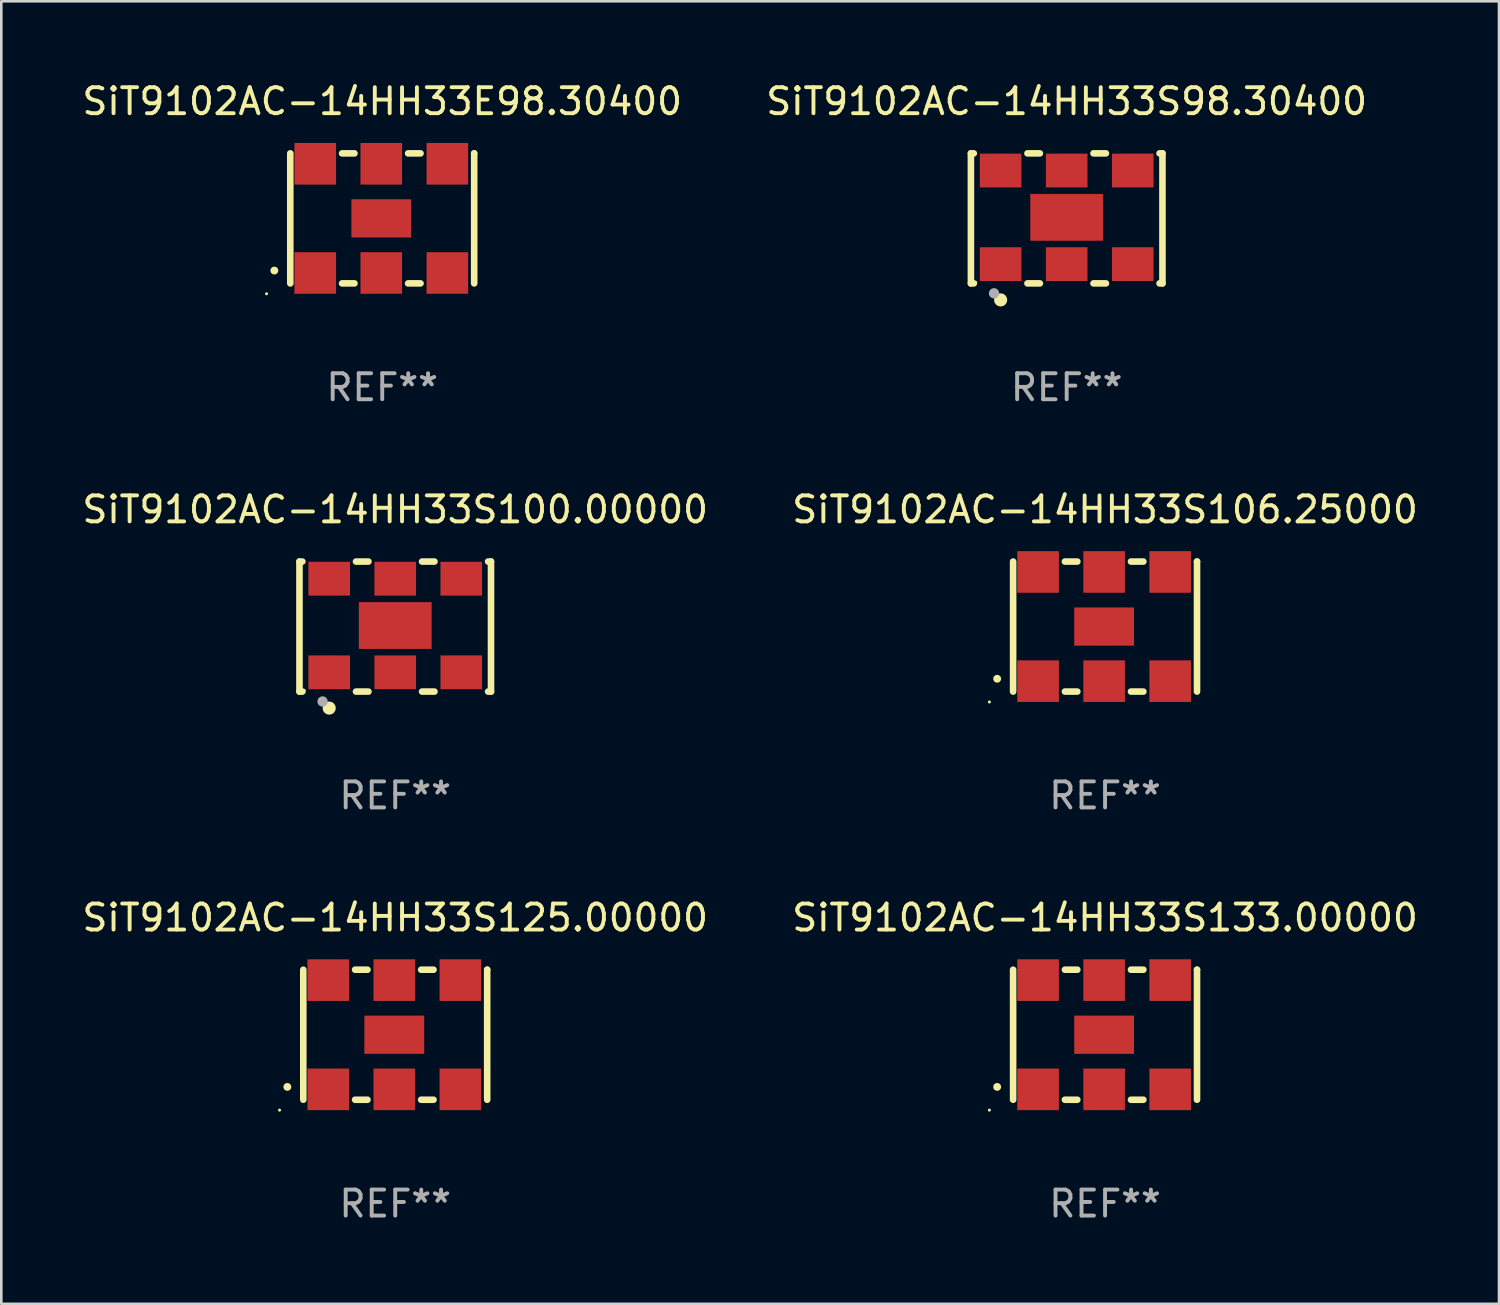
<source format=kicad_pcb>
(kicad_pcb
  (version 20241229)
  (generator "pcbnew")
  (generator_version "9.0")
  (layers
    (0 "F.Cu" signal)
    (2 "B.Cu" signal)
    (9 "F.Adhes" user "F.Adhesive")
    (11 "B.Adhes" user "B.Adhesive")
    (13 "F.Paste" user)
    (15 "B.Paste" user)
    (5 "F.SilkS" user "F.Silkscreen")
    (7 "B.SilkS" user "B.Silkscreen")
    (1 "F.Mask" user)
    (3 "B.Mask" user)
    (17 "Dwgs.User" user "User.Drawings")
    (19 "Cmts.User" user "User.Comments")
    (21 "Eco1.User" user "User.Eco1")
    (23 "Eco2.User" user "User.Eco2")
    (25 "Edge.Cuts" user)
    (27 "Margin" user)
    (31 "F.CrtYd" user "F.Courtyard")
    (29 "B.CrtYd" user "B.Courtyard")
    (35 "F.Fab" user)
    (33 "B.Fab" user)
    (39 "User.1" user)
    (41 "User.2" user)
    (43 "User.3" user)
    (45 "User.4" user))
  (footprint "SiT9102AC-14HH33S98.30400"
    (layer "F.Cu")
    (at 37.97 5.348)
    (property "Reference" "SiT9102AC-14HH33S98.30400" (at 0 -4.5 0) (layer "F.SilkS") (effects (font (size 1 1) (thickness 0.15))))
    (attr through_hole)
    (fp_line (start -3.683 -2.5) (end -3.571 -2.5) (stroke (width 0.254) (type solid)) (layer "F.SilkS"))
    (fp_line (start -3.683 2.5) (end -3.683 -2.5) (stroke (width 0.254) (type solid)) (layer "F.SilkS"))
    (fp_line (start -3.683 2.5) (end -3.571 2.5) (stroke (width 0.254) (type solid)) (layer "F.SilkS"))
    (fp_line (start -1.509 -2.5) (end -1.031 -2.5) (stroke (width 0.254) (type solid)) (layer "F.SilkS"))
    (fp_line (start -1.509 2.5) (end -1.031 2.5) (stroke (width 0.254) (type solid)) (layer "F.SilkS"))
    (fp_line (start 1.031 -2.5) (end 1.509 -2.5) (stroke (width 0.254) (type solid)) (layer "F.SilkS"))
    (fp_line (start 1.031 2.5) (end 1.509 2.5) (stroke (width 0.254) (type solid)) (layer "F.SilkS"))
    (fp_line (start 3.571 -2.5) (end 3.683 -2.5) (stroke (width 0.254) (type solid)) (layer "F.SilkS"))
    (fp_line (start 3.571 2.5) (end 3.683 2.5) (stroke (width 0.254) (type solid)) (layer "F.SilkS"))
    (fp_line (start 3.683 2.5) (end 3.683 -2.5) (stroke (width 0.254) (type solid)) (layer "F.SilkS"))
    (fp_circle (center -3.5 2.46) (end -3.47 2.46) (stroke (width 0.06) (type solid)) (fill no) (layer "F.SilkS"))
    (fp_circle (center -2.54 3.135) (end -2.413 3.135) (stroke (width 0.254) (type solid)) (fill no) (layer "F.SilkS"))
    (fp_circle (center -2.794 2.881) (end -2.694 2.881) (stroke (width 0.2) (type solid)) (fill no) (layer "F.Fab"))
    (fp_text user "REF**" (at 0 6.5 0) (layer "F.Fab") (effects (font (size 1 1) (thickness 0.15))))
    (pad "1" smd rect (at -2.54 1.76) (size 1.6 1.3) (layers "F.Cu" "F.Mask" "F.Paste"))
    (pad "2" smd rect (at 0 1.76) (size 1.6 1.3) (layers "F.Cu" "F.Mask" "F.Paste"))
    (pad "3" smd rect (at 2.54 1.76) (size 1.6 1.3) (layers "F.Cu" "F.Mask" "F.Paste"))
    (pad "4" smd rect (at 2.54 -1.84) (size 1.6 1.3) (layers "F.Cu" "F.Mask" "F.Paste"))
    (pad "5" smd rect (at 0 -1.84) (size 1.6 1.3) (layers "F.Cu" "F.Mask" "F.Paste"))
    (pad "6" smd rect (at -2.54 -1.84) (size 1.6 1.3) (layers "F.Cu" "F.Mask" "F.Paste"))
    (pad "7" smd rect (at 0 -0.04) (size 2.8 1.8) (layers "F.Cu" "F.Mask" "F.Paste")))
  (footprint "SiT9102AC-14HH33S106.25000"
    (layer "F.Cu")
    (at 39.446 21.045)
    (property "Reference" "SiT9102AC-14HH33S106.25000" (at 0 -4.5 0) (layer "F.SilkS") (effects (font (size 1 1) (thickness 0.15))))
    (attr through_hole)
    (fp_line (start -3.536 -2.5) (end -3.536 2.5) (stroke (width 0.254) (type solid)) (layer "F.SilkS"))
    (fp_line (start -1.544 2.5) (end -1.067 2.5) (stroke (width 0.254) (type solid)) (layer "F.SilkS"))
    (fp_line (start -1.067 -2.5) (end -1.544 -2.5) (stroke (width 0.254) (type solid)) (layer "F.SilkS"))
    (fp_line (start 0.996 2.5) (end 1.473 2.5) (stroke (width 0.254) (type solid)) (layer "F.SilkS"))
    (fp_line (start 1.473 -2.5) (end 0.996 -2.5) (stroke (width 0.254) (type solid)) (layer "F.SilkS"))
    (fp_line (start 3.536 -2.5) (end 3.536 -2.5) (stroke (width 0.254) (type solid)) (layer "F.SilkS"))
    (fp_line (start 3.536 2.5) (end 3.536 -2.5) (stroke (width 0.254) (type solid)) (layer "F.SilkS"))
    (fp_arc (start -4.150432 2.006604) (mid -4.149162 2.006599) (end -4.147892 2.006604) (stroke (width 0.3) (type solid)) (layer "F.SilkS"))
    (fp_circle (center -4.449 2.9) (end -4.419 2.9) (stroke (width 0.06) (type solid)) (fill no) (layer "F.SilkS"))
    (fp_text user "REF**" (at 0 6.5 0) (layer "F.Fab") (effects (font (size 1 1) (thickness 0.15))))
    (pad "1" smd rect (at -2.576 2.1) (size 1.6 1.6) (layers "F.Cu" "F.Mask" "F.Paste"))
    (pad "2" smd rect (at -0.036 2.1) (size 1.6 1.6) (layers "F.Cu" "F.Mask" "F.Paste"))
    (pad "3" smd rect (at 2.504 2.1) (size 1.6 1.6) (layers "F.Cu" "F.Mask" "F.Paste"))
    (pad "4" smd rect (at 2.504 -2.1) (size 1.6 1.6) (layers "F.Cu" "F.Mask" "F.Paste"))
    (pad "5" smd rect (at -0.036 -2.1) (size 1.6 1.6) (layers "F.Cu" "F.Mask" "F.Paste"))
    (pad "6" smd rect (at -2.576 -2.1) (size 1.6 1.6) (layers "F.Cu" "F.Mask" "F.Paste"))
    (pad "7" smd rect (at -0.036 0) (size 2.3 1.47) (layers "F.Cu" "F.Mask" "F.Paste")))
  (footprint "SiT9102AC-14HH33S125.00000"
    (layer "F.Cu")
    (at 12.149 36.741)
    (property "Reference" "SiT9102AC-14HH33S125.00000" (at 0 -4.5 0) (layer "F.SilkS") (effects (font (size 1 1) (thickness 0.15))))
    (attr through_hole)
    (fp_line (start -3.536 -2.5) (end -3.536 2.5) (stroke (width 0.254) (type solid)) (layer "F.SilkS"))
    (fp_line (start -1.544 2.5) (end -1.067 2.5) (stroke (width 0.254) (type solid)) (layer "F.SilkS"))
    (fp_line (start -1.067 -2.5) (end -1.544 -2.5) (stroke (width 0.254) (type solid)) (layer "F.SilkS"))
    (fp_line (start 0.996 2.5) (end 1.473 2.5) (stroke (width 0.254) (type solid)) (layer "F.SilkS"))
    (fp_line (start 1.473 -2.5) (end 0.996 -2.5) (stroke (width 0.254) (type solid)) (layer "F.SilkS"))
    (fp_line (start 3.536 -2.5) (end 3.536 -2.5) (stroke (width 0.254) (type solid)) (layer "F.SilkS"))
    (fp_line (start 3.536 2.5) (end 3.536 -2.5) (stroke (width 0.254) (type solid)) (layer "F.SilkS"))
    (fp_arc (start -4.150432 2.006604) (mid -4.149162 2.006599) (end -4.147892 2.006604) (stroke (width 0.3) (type solid)) (layer "F.SilkS"))
    (fp_circle (center -4.449 2.9) (end -4.419 2.9) (stroke (width 0.06) (type solid)) (fill no) (layer "F.SilkS"))
    (fp_text user "REF**" (at 0 6.5 0) (layer "F.Fab") (effects (font (size 1 1) (thickness 0.15))))
    (pad "1" smd rect (at -2.576 2.1) (size 1.6 1.6) (layers "F.Cu" "F.Mask" "F.Paste"))
    (pad "2" smd rect (at -0.036 2.1) (size 1.6 1.6) (layers "F.Cu" "F.Mask" "F.Paste"))
    (pad "3" smd rect (at 2.504 2.1) (size 1.6 1.6) (layers "F.Cu" "F.Mask" "F.Paste"))
    (pad "4" smd rect (at 2.504 -2.1) (size 1.6 1.6) (layers "F.Cu" "F.Mask" "F.Paste"))
    (pad "5" smd rect (at -0.036 -2.1) (size 1.6 1.6) (layers "F.Cu" "F.Mask" "F.Paste"))
    (pad "6" smd rect (at -2.576 -2.1) (size 1.6 1.6) (layers "F.Cu" "F.Mask" "F.Paste"))
    (pad "7" smd rect (at -0.036 0) (size 2.3 1.47) (layers "F.Cu" "F.Mask" "F.Paste")))
  (footprint "SiT9102AC-14HH33E98.30400"
    (layer "F.Cu")
    (at 11.649 5.348)
    (property "Reference" "SiT9102AC-14HH33E98.30400" (at 0 -4.5 0) (layer "F.SilkS") (effects (font (size 1 1) (thickness 0.15))))
    (attr through_hole)
    (fp_line (start -3.536 -2.5) (end -3.536 2.5) (stroke (width 0.254) (type solid)) (layer "F.SilkS"))
    (fp_line (start -1.544 2.5) (end -1.067 2.5) (stroke (width 0.254) (type solid)) (layer "F.SilkS"))
    (fp_line (start -1.067 -2.5) (end -1.544 -2.5) (stroke (width 0.254) (type solid)) (layer "F.SilkS"))
    (fp_line (start 0.996 2.5) (end 1.473 2.5) (stroke (width 0.254) (type solid)) (layer "F.SilkS"))
    (fp_line (start 1.473 -2.5) (end 0.996 -2.5) (stroke (width 0.254) (type solid)) (layer "F.SilkS"))
    (fp_line (start 3.536 -2.5) (end 3.536 -2.5) (stroke (width 0.254) (type solid)) (layer "F.SilkS"))
    (fp_line (start 3.536 2.5) (end 3.536 -2.5) (stroke (width 0.254) (type solid)) (layer "F.SilkS"))
    (fp_arc (start -4.150432 2.006604) (mid -4.149162 2.006599) (end -4.147892 2.006604) (stroke (width 0.3) (type solid)) (layer "F.SilkS"))
    (fp_circle (center -4.449 2.9) (end -4.419 2.9) (stroke (width 0.06) (type solid)) (fill no) (layer "F.SilkS"))
    (fp_text user "REF**" (at 0 6.5 0) (layer "F.Fab") (effects (font (size 1 1) (thickness 0.15))))
    (pad "1" smd rect (at -2.576 2.1) (size 1.6 1.6) (layers "F.Cu" "F.Mask" "F.Paste"))
    (pad "2" smd rect (at -0.036 2.1) (size 1.6 1.6) (layers "F.Cu" "F.Mask" "F.Paste"))
    (pad "3" smd rect (at 2.504 2.1) (size 1.6 1.6) (layers "F.Cu" "F.Mask" "F.Paste"))
    (pad "4" smd rect (at 2.504 -2.1) (size 1.6 1.6) (layers "F.Cu" "F.Mask" "F.Paste"))
    (pad "5" smd rect (at -0.036 -2.1) (size 1.6 1.6) (layers "F.Cu" "F.Mask" "F.Paste"))
    (pad "6" smd rect (at -2.576 -2.1) (size 1.6 1.6) (layers "F.Cu" "F.Mask" "F.Paste"))
    (pad "7" smd rect (at -0.036 0) (size 2.3 1.47) (layers "F.Cu" "F.Mask" "F.Paste")))
  (footprint "SiT9102AC-14HH33S133.00000"
    (layer "F.Cu")
    (at 39.446 36.741)
    (property "Reference" "SiT9102AC-14HH33S133.00000" (at 0 -4.5 0) (layer "F.SilkS") (effects (font (size 1 1) (thickness 0.15))))
    (attr through_hole)
    (fp_line (start -3.536 -2.5) (end -3.536 2.5) (stroke (width 0.254) (type solid)) (layer "F.SilkS"))
    (fp_line (start -1.544 2.5) (end -1.067 2.5) (stroke (width 0.254) (type solid)) (layer "F.SilkS"))
    (fp_line (start -1.067 -2.5) (end -1.544 -2.5) (stroke (width 0.254) (type solid)) (layer "F.SilkS"))
    (fp_line (start 0.996 2.5) (end 1.473 2.5) (stroke (width 0.254) (type solid)) (layer "F.SilkS"))
    (fp_line (start 1.473 -2.5) (end 0.996 -2.5) (stroke (width 0.254) (type solid)) (layer "F.SilkS"))
    (fp_line (start 3.536 -2.5) (end 3.536 -2.5) (stroke (width 0.254) (type solid)) (layer "F.SilkS"))
    (fp_line (start 3.536 2.5) (end 3.536 -2.5) (stroke (width 0.254) (type solid)) (layer "F.SilkS"))
    (fp_arc (start -4.150432 2.006604) (mid -4.149162 2.006599) (end -4.147892 2.006604) (stroke (width 0.3) (type solid)) (layer "F.SilkS"))
    (fp_circle (center -4.449 2.9) (end -4.419 2.9) (stroke (width 0.06) (type solid)) (fill no) (layer "F.SilkS"))
    (fp_text user "REF**" (at 0 6.5 0) (layer "F.Fab") (effects (font (size 1 1) (thickness 0.15))))
    (pad "1" smd rect (at -2.576 2.1) (size 1.6 1.6) (layers "F.Cu" "F.Mask" "F.Paste"))
    (pad "2" smd rect (at -0.036 2.1) (size 1.6 1.6) (layers "F.Cu" "F.Mask" "F.Paste"))
    (pad "3" smd rect (at 2.504 2.1) (size 1.6 1.6) (layers "F.Cu" "F.Mask" "F.Paste"))
    (pad "4" smd rect (at 2.504 -2.1) (size 1.6 1.6) (layers "F.Cu" "F.Mask" "F.Paste"))
    (pad "5" smd rect (at -0.036 -2.1) (size 1.6 1.6) (layers "F.Cu" "F.Mask" "F.Paste"))
    (pad "6" smd rect (at -2.576 -2.1) (size 1.6 1.6) (layers "F.Cu" "F.Mask" "F.Paste"))
    (pad "7" smd rect (at -0.036 0) (size 2.3 1.47) (layers "F.Cu" "F.Mask" "F.Paste")))
  (footprint "SiT9102AC-14HH33S100.00000"
    (layer "F.Cu")
    (at 12.149 21.045)
    (property "Reference" "SiT9102AC-14HH33S100.00000" (at 0 -4.5 0) (layer "F.SilkS") (effects (font (size 1 1) (thickness 0.15))))
    (attr through_hole)
    (fp_line (start -3.683 -2.5) (end -3.571 -2.5) (stroke (width 0.254) (type solid)) (layer "F.SilkS"))
    (fp_line (start -3.683 2.5) (end -3.683 -2.5) (stroke (width 0.254) (type solid)) (layer "F.SilkS"))
    (fp_line (start -3.683 2.5) (end -3.571 2.5) (stroke (width 0.254) (type solid)) (layer "F.SilkS"))
    (fp_line (start -1.509 -2.5) (end -1.031 -2.5) (stroke (width 0.254) (type solid)) (layer "F.SilkS"))
    (fp_line (start -1.509 2.5) (end -1.031 2.5) (stroke (width 0.254) (type solid)) (layer "F.SilkS"))
    (fp_line (start 1.031 -2.5) (end 1.509 -2.5) (stroke (width 0.254) (type solid)) (layer "F.SilkS"))
    (fp_line (start 1.031 2.5) (end 1.509 2.5) (stroke (width 0.254) (type solid)) (layer "F.SilkS"))
    (fp_line (start 3.571 -2.5) (end 3.683 -2.5) (stroke (width 0.254) (type solid)) (layer "F.SilkS"))
    (fp_line (start 3.571 2.5) (end 3.683 2.5) (stroke (width 0.254) (type solid)) (layer "F.SilkS"))
    (fp_line (start 3.683 2.5) (end 3.683 -2.5) (stroke (width 0.254) (type solid)) (layer "F.SilkS"))
    (fp_circle (center -3.5 2.46) (end -3.47 2.46) (stroke (width 0.06) (type solid)) (fill no) (layer "F.SilkS"))
    (fp_circle (center -2.54 3.135) (end -2.413 3.135) (stroke (width 0.254) (type solid)) (fill no) (layer "F.SilkS"))
    (fp_circle (center -2.794 2.881) (end -2.694 2.881) (stroke (width 0.2) (type solid)) (fill no) (layer "F.Fab"))
    (fp_text user "REF**" (at 0 6.5 0) (layer "F.Fab") (effects (font (size 1 1) (thickness 0.15))))
    (pad "1" smd rect (at -2.54 1.76) (size 1.6 1.3) (layers "F.Cu" "F.Mask" "F.Paste"))
    (pad "2" smd rect (at 0 1.76) (size 1.6 1.3) (layers "F.Cu" "F.Mask" "F.Paste"))
    (pad "3" smd rect (at 2.54 1.76) (size 1.6 1.3) (layers "F.Cu" "F.Mask" "F.Paste"))
    (pad "4" smd rect (at 2.54 -1.84) (size 1.6 1.3) (layers "F.Cu" "F.Mask" "F.Paste"))
    (pad "5" smd rect (at 0 -1.84) (size 1.6 1.3) (layers "F.Cu" "F.Mask" "F.Paste"))
    (pad "6" smd rect (at -2.54 -1.84) (size 1.6 1.3) (layers "F.Cu" "F.Mask" "F.Paste"))
    (pad "7" smd rect (at 0 -0.04) (size 2.8 1.8) (layers "F.Cu" "F.Mask" "F.Paste")))
  (gr_rect
    (start -3 -3)
    (end 54.595 47.09)
    (stroke (width 0.1) (type default))
    (fill no)
    (layer "Edge.Cuts")))
</source>
